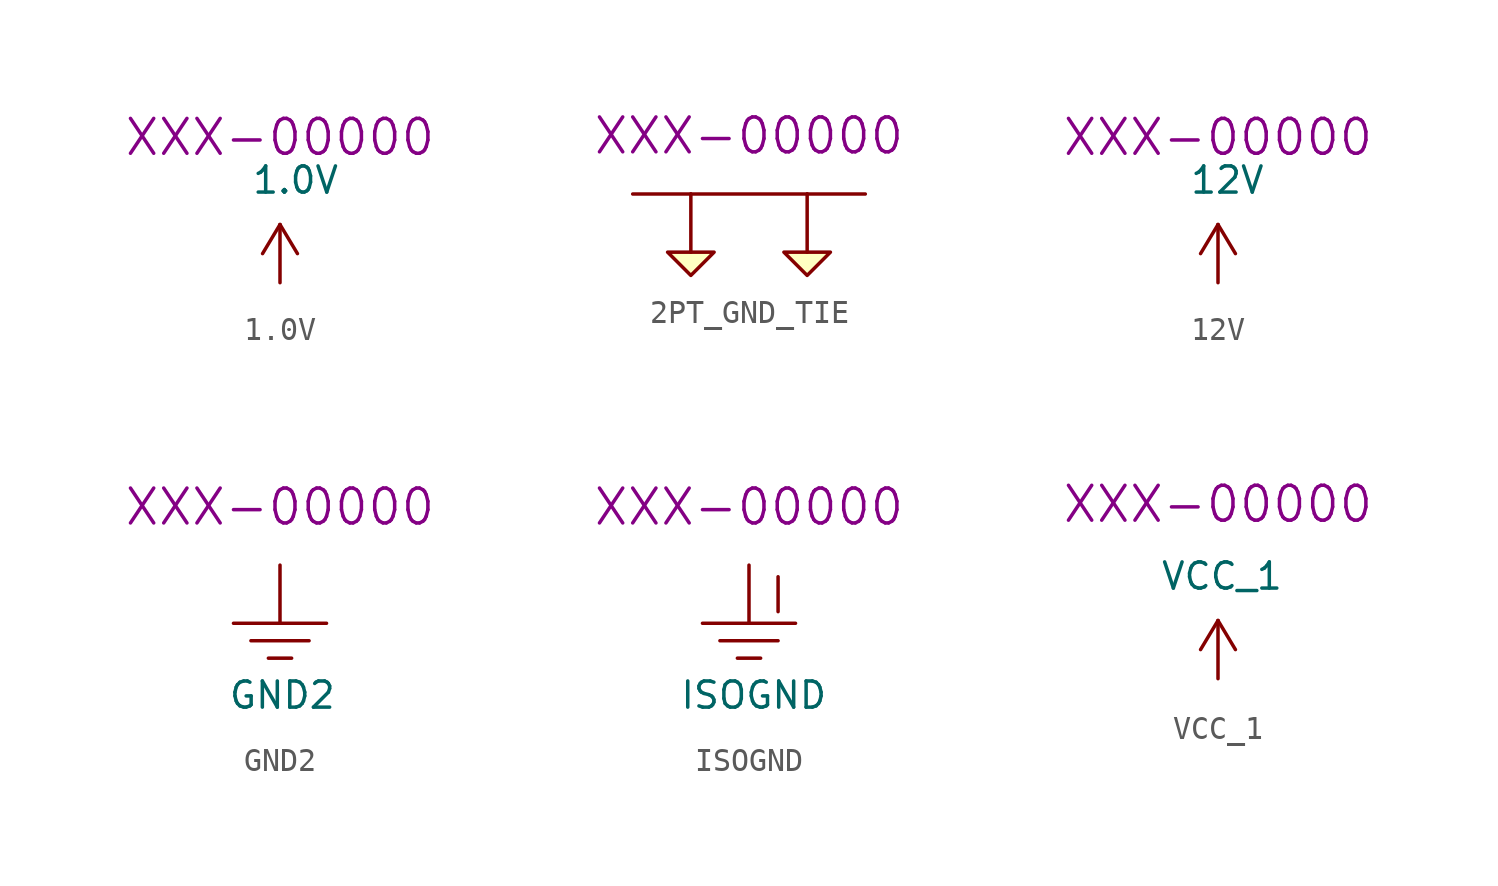
<source format=kicad_sym>
(kicad_symbol_lib
  (version 20201005)
  (generator kicad_symbol_editor)
  (symbol "1.0V"
    (power)
    (pin_numbers hide)
    (pin_names
      (offset 1.016) hide)
    (property "Reference" "#SUPPLY"
      (at 1.27 0 0)
      (effects (font (size 1.143 1.143)) (justify left bottom) hide))
    (property "Value" "1.0V"
      (at -1.27 3.81 0)
      (effects (font (size 1.143 1.143)) (justify left bottom)))
    (property "Footprint" "XXX-00000"
      (at 0 6.35 0)
      (effects (font (size 1.524 1.524))))
    (property "ki_locked" ""
      (at 0 0 0)
      (effects (font (size 1.27 1.27))))
    (symbol "1.0V_1_0"
      (polyline (pts (xy 0 0) (xy 0 2.54)) (stroke (width 0)) (fill (type none)))
      (polyline (pts (xy 0 2.54) (xy -0.762 1.27)) (stroke (width 0)) (fill (type none)))
      (polyline (pts (xy 0.762 1.27) (xy 0 2.54)) (stroke (width 0)) (fill (type none))))
    (symbol "1.0V_1_1"
      (pin power_in line (at 0 0 90) (length 0) hide (name "1.0V" (effects (font (size 1.016 1.016)))) (number "~" (effects (font (size 1.016 1.016)))))))
  (symbol "2PT_GND_TIE"
    (pin_numbers hide)
    (pin_names
      (offset 0) hide)
    (property "Reference" "SUPPLY"
      (at 0 -5.08 0)
      (effects (font (size 1.143 1.143)) hide))
    (property "PROD_ID" "XXX-00000"
      (at 0 2.54 0)
      (effects (font (size 1.524 1.524))))
    (symbol "2PT_GND_TIE_0_1"
      (polyline (pts (xy -2.54 0) (xy -5.08 0)) (stroke (width 0)) (fill (type none)))
      (polyline (pts (xy 2.54 0) (xy 5.08 0)) (stroke (width 0)) (fill (type none))))
    (symbol "2PT_GND_TIE_1_0"
      (polyline (pts (xy -2.54 -2.54) (xy -2.54 0)) (stroke (width 0)) (fill (type none)))
      (polyline (pts (xy -2.54 0) (xy 2.54 0)) (stroke (width 0)) (fill (type none)))
      (polyline (pts (xy 2.54 0) (xy 2.54 -2.54)) (stroke (width 0)) (fill (type none))))
    (symbol "2PT_GND_TIE_1_1"
      (polyline (pts (xy -3.556 -2.54) (xy -2.54 -2.54) (xy -1.524 -2.54) (xy -2.54 -3.556) (xy -3.556 -2.54)) (stroke (width 0)) (fill (type background)))
      (polyline (pts (xy 1.524 -2.54) (xy 2.54 -2.54) (xy 3.556 -2.54) (xy 2.54 -3.556) (xy 1.524 -2.54)) (stroke (width 0)) (fill (type background)))
      (pin bidirectional line (at -5.08 0 0) (length 0) hide (name "P$1" (effects (font (size 1.016 1.016)))) (number "P$1" (effects (font (size 1.016 1.016)))))
      (pin bidirectional line (at 5.08 0 180) (length 0) hide (name "P$2" (effects (font (size 1.016 1.016)))) (number "P$2" (effects (font (size 1.016 1.016)))))))
  (symbol "12V"
    (power)
    (pin_numbers hide)
    (pin_names
      (offset 1.016) hide)
    (property "Reference" "#SUPPLY"
      (at 1.27 0 0)
      (effects (font (size 1.143 1.143)) (justify left bottom) hide))
    (property "Value" "12V"
      (at -1.27 3.81 0)
      (effects (font (size 1.143 1.143)) (justify left bottom)))
    (property "Footprint" "XXX-00000"
      (at 0 6.35 0)
      (effects (font (size 1.524 1.524))))
    (property "ki_locked" ""
      (at 0 0 0)
      (effects (font (size 1.27 1.27))))
    (symbol "12V_1_0"
      (polyline (pts (xy 0 0) (xy 0 2.54)) (stroke (width 0)) (fill (type none)))
      (polyline (pts (xy 0 2.54) (xy -0.762 1.27)) (stroke (width 0)) (fill (type none)))
      (polyline (pts (xy 0.762 1.27) (xy 0 2.54)) (stroke (width 0)) (fill (type none))))
    (symbol "12V_1_1"
      (pin power_in line (at 0 0 90) (length 0) hide (name "12V" (effects (font (size 1.016 1.016)))) (number "~" (effects (font (size 1.016 1.016)))))))
  (symbol "GND2"
    (power)
    (pin_numbers hide)
    (pin_names
      (offset 1.016) hide)
    (property "Reference" "#GND"
      (at 1.27 -1.27 0)
      (effects (font (size 1.143 1.143)) (justify left bottom) hide))
    (property "Value" "GND2"
      (at -2.286 -6.35 0)
      (effects (font (size 1.143 1.143)) (justify left bottom)))
    (property "Footprint" "XXX-00000"
      (at 0 2.54 0)
      (effects (font (size 1.524 1.524))))
    (property "ki_locked" ""
      (at 0 0 0)
      (effects (font (size 1.27 1.27))))
    (symbol "GND2_1_0"
      (polyline (pts (xy -2.032 -2.54) (xy 2.032 -2.54)) (stroke (width 0)) (fill (type none)))
      (polyline (pts (xy -1.27 -3.302) (xy 1.27 -3.302)) (stroke (width 0)) (fill (type none)))
      (polyline (pts (xy -0.508 -4.064) (xy 0.508 -4.064)) (stroke (width 0)) (fill (type none)))
      (polyline (pts (xy 0 0) (xy 0 -2.54)) (stroke (width 0)) (fill (type none))))
    (symbol "GND2_1_1"
      (pin power_in line (at 0 0 270) (length 0) hide (name "3.3V" (effects (font (size 1.016 1.016)))) (number "~" (effects (font (size 1.016 1.016)))))))
  (symbol "ISOGND"
    (power)
    (pin_numbers hide)
    (pin_names
      (offset 1.016) hide)
    (property "Reference" "#GND-ISO"
      (at 2.54 -1.27 0)
      (effects (font (size 1.143 1.143)) (justify left bottom) hide))
    (property "Value" "ISOGND"
      (at -3.048 -6.35 0)
      (effects (font (size 1.143 1.143)) (justify left bottom)))
    (property "Footprint" "XXX-00000"
      (at 0 2.54 0)
      (effects (font (size 1.524 1.524))))
    (property "ki_locked" ""
      (at 0 0 0)
      (effects (font (size 1.27 1.27))))
    (symbol "ISOGND_1_0"
      (polyline (pts (xy -2.032 -2.54) (xy 2.032 -2.54)) (stroke (width 0)) (fill (type none)))
      (polyline (pts (xy -1.27 -3.302) (xy 1.27 -3.302)) (stroke (width 0)) (fill (type none)))
      (polyline (pts (xy -0.508 -4.064) (xy 0.508 -4.064)) (stroke (width 0)) (fill (type none)))
      (polyline (pts (xy 0 0) (xy 0 -2.54)) (stroke (width 0)) (fill (type none)))
      (polyline (pts (xy 1.27 -0.508) (xy 1.27 -2.032)) (stroke (width 0)) (fill (type none))))
    (symbol "ISOGND_1_1"
      (pin power_in line (at 0 0 270) (length 0) hide (name "GND-ISO" (effects (font (size 1.016 1.016)))) (number "~" (effects (font (size 1.016 1.016)))))))
  (symbol "VCC_1"
    (power)
    (pin_numbers hide)
    (pin_names
      (offset 1.016) hide)
    (property "Reference" "#SUPPLY"
      (at 1.27 0 0)
      (effects (font (size 1.143 1.143)) (justify left bottom) hide))
    (property "Value" "VCC_1"
      (at -2.54 3.81 0)
      (effects (font (size 1.143 1.143)) (justify left bottom)))
    (property "Footprint" "XXX-00000"
      (at 0 7.62 0)
      (effects (font (size 1.524 1.524))))
    (property "ki_locked" ""
      (at 0 0 0)
      (effects (font (size 1.27 1.27))))
    (symbol "VCC_1_1_0"
      (polyline (pts (xy 0 0) (xy 0 2.54)) (stroke (width 0)) (fill (type none)))
      (polyline (pts (xy 0 2.54) (xy -0.762 1.27)) (stroke (width 0)) (fill (type none)))
      (polyline (pts (xy 0.762 1.27) (xy 0 2.54)) (stroke (width 0)) (fill (type none))))
    (symbol "VCC_1_1_1"
      (pin power_in line (at 0 0 90) (length 0) hide (name "VCC_1" (effects (font (size 1.016 1.016)))) (number "~" (effects (font (size 1.016 1.016))))))))
</source>
